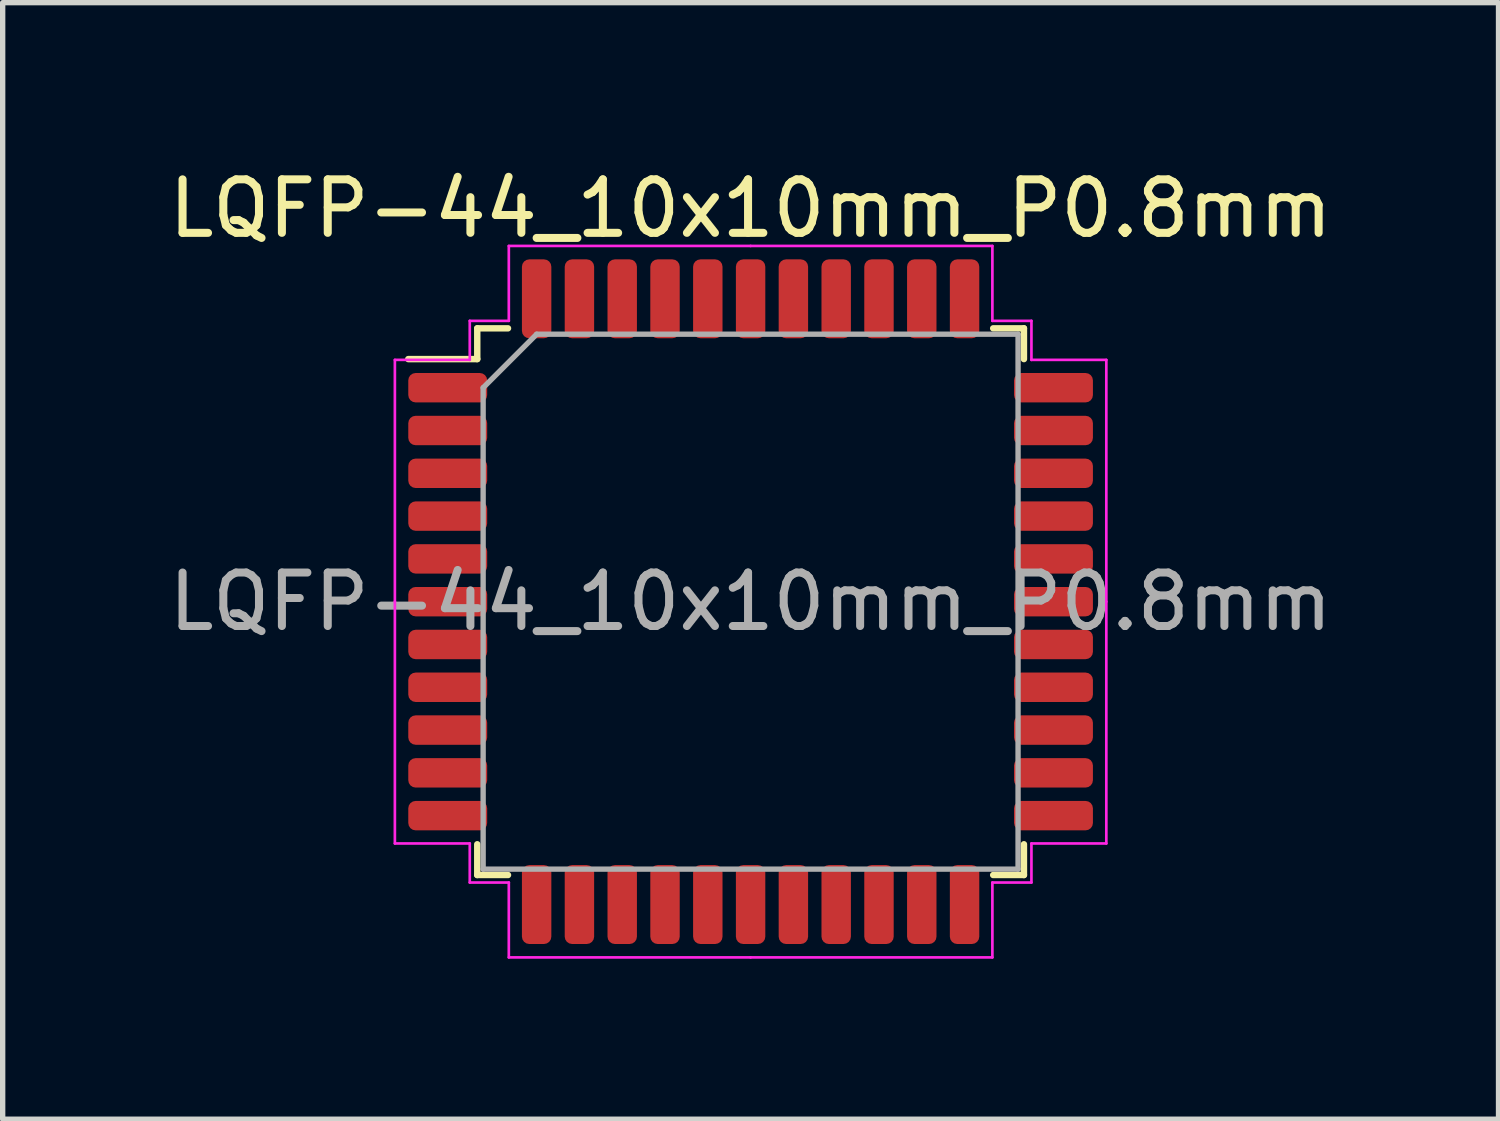
<source format=kicad_pcb>
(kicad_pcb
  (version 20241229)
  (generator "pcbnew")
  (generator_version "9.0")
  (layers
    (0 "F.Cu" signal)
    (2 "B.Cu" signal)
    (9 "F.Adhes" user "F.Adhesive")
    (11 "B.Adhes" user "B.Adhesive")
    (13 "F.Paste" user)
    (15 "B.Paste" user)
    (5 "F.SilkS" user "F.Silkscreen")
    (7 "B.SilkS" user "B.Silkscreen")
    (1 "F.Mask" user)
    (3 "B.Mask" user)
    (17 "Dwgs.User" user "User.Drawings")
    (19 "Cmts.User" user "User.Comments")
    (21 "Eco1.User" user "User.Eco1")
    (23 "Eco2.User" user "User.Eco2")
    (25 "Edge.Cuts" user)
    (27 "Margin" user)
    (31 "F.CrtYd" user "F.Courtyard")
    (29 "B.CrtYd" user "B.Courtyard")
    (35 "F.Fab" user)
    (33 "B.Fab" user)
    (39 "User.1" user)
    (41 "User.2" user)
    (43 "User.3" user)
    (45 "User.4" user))
  (footprint "LQFP-44_10x10mm_P0.8mm"
    (layer "F.Cu")
    (at 10.982 8.198)
    (property "Reference" "LQFP-44_10x10mm_P0.8mm" (at 0 -7.35 0) (layer "F.SilkS") (effects (font (size 1 1) (thickness 0.15))))
    (attr smd)
    (fp_line (start -5.11 -5.11) (end -5.11 -4.535) (stroke (width 0.12) (type solid)) (layer "F.SilkS"))
    (fp_line (start -5.11 -4.535) (end -6.4 -4.535) (stroke (width 0.12) (type solid)) (layer "F.SilkS"))
    (fp_line (start -5.11 5.11) (end -5.11 4.535) (stroke (width 0.12) (type solid)) (layer "F.SilkS"))
    (fp_line (start -4.535 -5.11) (end -5.11 -5.11) (stroke (width 0.12) (type solid)) (layer "F.SilkS"))
    (fp_line (start -4.535 5.11) (end -5.11 5.11) (stroke (width 0.12) (type solid)) (layer "F.SilkS"))
    (fp_line (start 4.535 -5.11) (end 5.11 -5.11) (stroke (width 0.12) (type solid)) (layer "F.SilkS"))
    (fp_line (start 4.535 5.11) (end 5.11 5.11) (stroke (width 0.12) (type solid)) (layer "F.SilkS"))
    (fp_line (start 5.11 -5.11) (end 5.11 -4.535) (stroke (width 0.12) (type solid)) (layer "F.SilkS"))
    (fp_line (start 5.11 5.11) (end 5.11 4.535) (stroke (width 0.12) (type solid)) (layer "F.SilkS"))
    (fp_line (start -6.65 -4.52) (end -6.65 0) (stroke (width 0.05) (type solid)) (layer "F.CrtYd"))
    (fp_line (start -6.65 4.52) (end -6.65 0) (stroke (width 0.05) (type solid)) (layer "F.CrtYd"))
    (fp_line (start -5.25 -5.25) (end -5.25 -4.52) (stroke (width 0.05) (type solid)) (layer "F.CrtYd"))
    (fp_line (start -5.25 -4.52) (end -6.65 -4.52) (stroke (width 0.05) (type solid)) (layer "F.CrtYd"))
    (fp_line (start -5.25 4.52) (end -6.65 4.52) (stroke (width 0.05) (type solid)) (layer "F.CrtYd"))
    (fp_line (start -5.25 5.25) (end -5.25 4.52) (stroke (width 0.05) (type solid)) (layer "F.CrtYd"))
    (fp_line (start -4.52 -6.65) (end -4.52 -5.25) (stroke (width 0.05) (type solid)) (layer "F.CrtYd"))
    (fp_line (start -4.52 -5.25) (end -5.25 -5.25) (stroke (width 0.05) (type solid)) (layer "F.CrtYd"))
    (fp_line (start -4.52 5.25) (end -5.25 5.25) (stroke (width 0.05) (type solid)) (layer "F.CrtYd"))
    (fp_line (start -4.52 6.65) (end -4.52 5.25) (stroke (width 0.05) (type solid)) (layer "F.CrtYd"))
    (fp_line (start 0 -6.65) (end -4.52 -6.65) (stroke (width 0.05) (type solid)) (layer "F.CrtYd"))
    (fp_line (start 0 -6.65) (end 4.52 -6.65) (stroke (width 0.05) (type solid)) (layer "F.CrtYd"))
    (fp_line (start 0 6.65) (end -4.52 6.65) (stroke (width 0.05) (type solid)) (layer "F.CrtYd"))
    (fp_line (start 0 6.65) (end 4.52 6.65) (stroke (width 0.05) (type solid)) (layer "F.CrtYd"))
    (fp_line (start 4.52 -6.65) (end 4.52 -5.25) (stroke (width 0.05) (type solid)) (layer "F.CrtYd"))
    (fp_line (start 4.52 -5.25) (end 5.25 -5.25) (stroke (width 0.05) (type solid)) (layer "F.CrtYd"))
    (fp_line (start 4.52 5.25) (end 5.25 5.25) (stroke (width 0.05) (type solid)) (layer "F.CrtYd"))
    (fp_line (start 4.52 6.65) (end 4.52 5.25) (stroke (width 0.05) (type solid)) (layer "F.CrtYd"))
    (fp_line (start 5.25 -5.25) (end 5.25 -4.52) (stroke (width 0.05) (type solid)) (layer "F.CrtYd"))
    (fp_line (start 5.25 -4.52) (end 6.65 -4.52) (stroke (width 0.05) (type solid)) (layer "F.CrtYd"))
    (fp_line (start 5.25 4.52) (end 6.65 4.52) (stroke (width 0.05) (type solid)) (layer "F.CrtYd"))
    (fp_line (start 5.25 5.25) (end 5.25 4.52) (stroke (width 0.05) (type solid)) (layer "F.CrtYd"))
    (fp_line (start 6.65 -4.52) (end 6.65 0) (stroke (width 0.05) (type solid)) (layer "F.CrtYd"))
    (fp_line (start 6.65 4.52) (end 6.65 0) (stroke (width 0.05) (type solid)) (layer "F.CrtYd"))
    (fp_line (start -5 -4) (end -4 -5) (stroke (width 0.1) (type solid)) (layer "F.Fab"))
    (fp_line (start -5 5) (end -5 -4) (stroke (width 0.1) (type solid)) (layer "F.Fab"))
    (fp_line (start -4 -5) (end 5 -5) (stroke (width 0.1) (type solid)) (layer "F.Fab"))
    (fp_line (start 5 -5) (end 5 5) (stroke (width 0.1) (type solid)) (layer "F.Fab"))
    (fp_line (start 5 5) (end -5 5) (stroke (width 0.1) (type solid)) (layer "F.Fab"))
    (fp_text user "${REFERENCE}" (at 0 0 0) (layer "F.Fab") (effects (font (size 1 1) (thickness 0.15))))
    (pad "1" smd roundrect (at -5.662 -4) (size 1.475 0.55) (layers "F.Cu" "F.Mask" "F.Paste") (roundrect_rratio 0.25))
    (pad "2" smd roundrect (at -5.662 -3.2) (size 1.475 0.55) (layers "F.Cu" "F.Mask" "F.Paste") (roundrect_rratio 0.25))
    (pad "3" smd roundrect (at -5.662 -2.4) (size 1.475 0.55) (layers "F.Cu" "F.Mask" "F.Paste") (roundrect_rratio 0.25))
    (pad "4" smd roundrect (at -5.662 -1.6) (size 1.475 0.55) (layers "F.Cu" "F.Mask" "F.Paste") (roundrect_rratio 0.25))
    (pad "5" smd roundrect (at -5.662 -0.8) (size 1.475 0.55) (layers "F.Cu" "F.Mask" "F.Paste") (roundrect_rratio 0.25))
    (pad "6" smd roundrect (at -5.662 0) (size 1.475 0.55) (layers "F.Cu" "F.Mask" "F.Paste") (roundrect_rratio 0.25))
    (pad "7" smd roundrect (at -5.662 0.8) (size 1.475 0.55) (layers "F.Cu" "F.Mask" "F.Paste") (roundrect_rratio 0.25))
    (pad "8" smd roundrect (at -5.662 1.6) (size 1.475 0.55) (layers "F.Cu" "F.Mask" "F.Paste") (roundrect_rratio 0.25))
    (pad "9" smd roundrect (at -5.662 2.4) (size 1.475 0.55) (layers "F.Cu" "F.Mask" "F.Paste") (roundrect_rratio 0.25))
    (pad "10" smd roundrect (at -5.662 3.2) (size 1.475 0.55) (layers "F.Cu" "F.Mask" "F.Paste") (roundrect_rratio 0.25))
    (pad "11" smd roundrect (at -5.662 4) (size 1.475 0.55) (layers "F.Cu" "F.Mask" "F.Paste") (roundrect_rratio 0.25))
    (pad "12" smd roundrect (at -4 5.662) (size 0.55 1.475) (layers "F.Cu" "F.Mask" "F.Paste") (roundrect_rratio 0.25))
    (pad "13" smd roundrect (at -3.2 5.662) (size 0.55 1.475) (layers "F.Cu" "F.Mask" "F.Paste") (roundrect_rratio 0.25))
    (pad "14" smd roundrect (at -2.4 5.662) (size 0.55 1.475) (layers "F.Cu" "F.Mask" "F.Paste") (roundrect_rratio 0.25))
    (pad "15" smd roundrect (at -1.6 5.662) (size 0.55 1.475) (layers "F.Cu" "F.Mask" "F.Paste") (roundrect_rratio 0.25))
    (pad "16" smd roundrect (at -0.8 5.662) (size 0.55 1.475) (layers "F.Cu" "F.Mask" "F.Paste") (roundrect_rratio 0.25))
    (pad "17" smd roundrect (at 0 5.662) (size 0.55 1.475) (layers "F.Cu" "F.Mask" "F.Paste") (roundrect_rratio 0.25))
    (pad "18" smd roundrect (at 0.8 5.662) (size 0.55 1.475) (layers "F.Cu" "F.Mask" "F.Paste") (roundrect_rratio 0.25))
    (pad "19" smd roundrect (at 1.6 5.662) (size 0.55 1.475) (layers "F.Cu" "F.Mask" "F.Paste") (roundrect_rratio 0.25))
    (pad "20" smd roundrect (at 2.4 5.662) (size 0.55 1.475) (layers "F.Cu" "F.Mask" "F.Paste") (roundrect_rratio 0.25))
    (pad "21" smd roundrect (at 3.2 5.662) (size 0.55 1.475) (layers "F.Cu" "F.Mask" "F.Paste") (roundrect_rratio 0.25))
    (pad "22" smd roundrect (at 4 5.662) (size 0.55 1.475) (layers "F.Cu" "F.Mask" "F.Paste") (roundrect_rratio 0.25))
    (pad "23" smd roundrect (at 5.662 4) (size 1.475 0.55) (layers "F.Cu" "F.Mask" "F.Paste") (roundrect_rratio 0.25))
    (pad "24" smd roundrect (at 5.662 3.2) (size 1.475 0.55) (layers "F.Cu" "F.Mask" "F.Paste") (roundrect_rratio 0.25))
    (pad "25" smd roundrect (at 5.662 2.4) (size 1.475 0.55) (layers "F.Cu" "F.Mask" "F.Paste") (roundrect_rratio 0.25))
    (pad "26" smd roundrect (at 5.662 1.6) (size 1.475 0.55) (layers "F.Cu" "F.Mask" "F.Paste") (roundrect_rratio 0.25))
    (pad "27" smd roundrect (at 5.662 0.8) (size 1.475 0.55) (layers "F.Cu" "F.Mask" "F.Paste") (roundrect_rratio 0.25))
    (pad "28" smd roundrect (at 5.662 0) (size 1.475 0.55) (layers "F.Cu" "F.Mask" "F.Paste") (roundrect_rratio 0.25))
    (pad "29" smd roundrect (at 5.662 -0.8) (size 1.475 0.55) (layers "F.Cu" "F.Mask" "F.Paste") (roundrect_rratio 0.25))
    (pad "30" smd roundrect (at 5.662 -1.6) (size 1.475 0.55) (layers "F.Cu" "F.Mask" "F.Paste") (roundrect_rratio 0.25))
    (pad "31" smd roundrect (at 5.662 -2.4) (size 1.475 0.55) (layers "F.Cu" "F.Mask" "F.Paste") (roundrect_rratio 0.25))
    (pad "32" smd roundrect (at 5.662 -3.2) (size 1.475 0.55) (layers "F.Cu" "F.Mask" "F.Paste") (roundrect_rratio 0.25))
    (pad "33" smd roundrect (at 5.662 -4) (size 1.475 0.55) (layers "F.Cu" "F.Mask" "F.Paste") (roundrect_rratio 0.25))
    (pad "34" smd roundrect (at 4 -5.662) (size 0.55 1.475) (layers "F.Cu" "F.Mask" "F.Paste") (roundrect_rratio 0.25))
    (pad "35" smd roundrect (at 3.2 -5.662) (size 0.55 1.475) (layers "F.Cu" "F.Mask" "F.Paste") (roundrect_rratio 0.25))
    (pad "36" smd roundrect (at 2.4 -5.662) (size 0.55 1.475) (layers "F.Cu" "F.Mask" "F.Paste") (roundrect_rratio 0.25))
    (pad "37" smd roundrect (at 1.6 -5.662) (size 0.55 1.475) (layers "F.Cu" "F.Mask" "F.Paste") (roundrect_rratio 0.25))
    (pad "38" smd roundrect (at 0.8 -5.662) (size 0.55 1.475) (layers "F.Cu" "F.Mask" "F.Paste") (roundrect_rratio 0.25))
    (pad "39" smd roundrect (at 0 -5.662) (size 0.55 1.475) (layers "F.Cu" "F.Mask" "F.Paste") (roundrect_rratio 0.25))
    (pad "40" smd roundrect (at -0.8 -5.662) (size 0.55 1.475) (layers "F.Cu" "F.Mask" "F.Paste") (roundrect_rratio 0.25))
    (pad "41" smd roundrect (at -1.6 -5.662) (size 0.55 1.475) (layers "F.Cu" "F.Mask" "F.Paste") (roundrect_rratio 0.25))
    (pad "42" smd roundrect (at -2.4 -5.662) (size 0.55 1.475) (layers "F.Cu" "F.Mask" "F.Paste") (roundrect_rratio 0.25))
    (pad "43" smd roundrect (at -3.2 -5.662) (size 0.55 1.475) (layers "F.Cu" "F.Mask" "F.Paste") (roundrect_rratio 0.25))
    (pad "44" smd roundrect (at -4 -5.662) (size 0.55 1.475) (layers "F.Cu" "F.Mask" "F.Paste") (roundrect_rratio 0.25)))
  (gr_rect
    (start -3 -3)
    (end 24.964 17.873)
    (stroke (width 0.1) (type default))
    (fill no)
    (layer "Edge.Cuts")))
</source>
